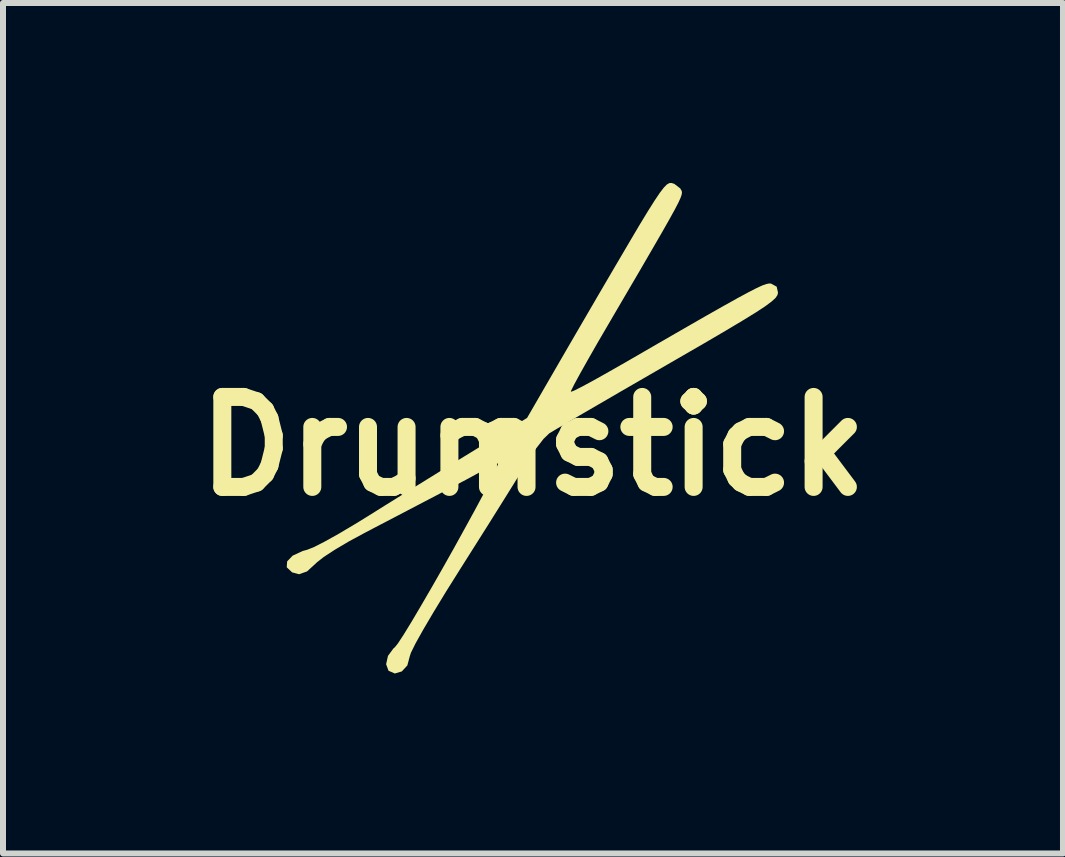
<source format=kicad_pcb>
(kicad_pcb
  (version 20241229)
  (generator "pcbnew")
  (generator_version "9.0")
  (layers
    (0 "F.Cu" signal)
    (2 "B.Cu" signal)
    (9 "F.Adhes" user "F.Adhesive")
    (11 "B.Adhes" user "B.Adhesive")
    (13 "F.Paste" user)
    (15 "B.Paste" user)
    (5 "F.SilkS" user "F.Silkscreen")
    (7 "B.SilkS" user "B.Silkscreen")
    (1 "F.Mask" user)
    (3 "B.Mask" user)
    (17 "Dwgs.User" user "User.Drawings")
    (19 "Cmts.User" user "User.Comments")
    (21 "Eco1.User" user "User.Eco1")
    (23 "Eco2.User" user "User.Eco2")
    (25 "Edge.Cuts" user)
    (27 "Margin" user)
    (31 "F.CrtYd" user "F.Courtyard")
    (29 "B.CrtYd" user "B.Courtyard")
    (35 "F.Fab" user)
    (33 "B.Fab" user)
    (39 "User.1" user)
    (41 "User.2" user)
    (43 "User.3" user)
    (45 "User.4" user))
  (footprint "Drumstick"
    (layer "F.Cu")
    (at 6.257 3.927)
    (property "Reference" "Drumstick" (at -0.422 0.462 0) (layer "F.SilkS") (effects (font (size 1.5 1.5) (thickness 0.3))))
    (attr board_only exclude_from_pos_files exclude_from_bom)
    (fp_poly (pts (xy 1.917 -3.918) (xy 1.937 -3.91) (xy 2.033 -3.836) (xy 2.057 -3.795) (xy 2.062 -3.771) (xy 2.058 -3.736) (xy 2.04 -3.682) (xy 2.003 -3.6) (xy 1.942 -3.483) (xy 1.852 -3.32) (xy 1.73 -3.105) (xy 1.569 -2.827) (xy 1.367 -2.479) (xy 1.116 -2.051) (xy 0.836 -1.572) (xy 0.652 -1.257) (xy 0.491 -0.975) (xy 0.359 -0.74) (xy 0.264 -0.565) (xy 0.214 -0.464) (xy 0.209 -0.445) (xy 0.262 -0.464) (xy 0.395 -0.531) (xy 0.593 -0.638) (xy 0.84 -0.777) (xy 1.114 -0.933) (xy 1.648 -1.242) (xy 2.094 -1.499) (xy 2.461 -1.71) (xy 2.758 -1.878) (xy 2.991 -2.008) (xy 3.171 -2.105) (xy 3.305 -2.174) (xy 3.401 -2.218) (xy 3.468 -2.242) (xy 3.515 -2.251) (xy 3.545 -2.25) (xy 3.641 -2.198) (xy 3.663 -2.098) (xy 3.654 -2.058) (xy 3.622 -2.01) (xy 3.556 -1.95) (xy 3.45 -1.871) (xy 3.293 -1.768) (xy 3.077 -1.635) (xy 2.794 -1.466) (xy 2.434 -1.255) (xy 1.989 -0.998) (xy 1.825 -0.903) (xy 1.408 -0.662) (xy 1.017 -0.436) (xy 0.663 -0.23) (xy 0.358 -0.053) (xy 0.114 0.091) (xy -0.059 0.192) (xy -0.148 0.246) (xy -0.152 0.249) (xy -0.246 0.34) (xy -0.369 0.498) (xy -0.5 0.694) (xy -0.534 0.75) (xy -0.629 0.906) (xy -0.772 1.138) (xy -0.955 1.431) (xy -1.165 1.766) (xy -1.393 2.127) (xy -1.627 2.497) (xy -1.87 2.884) (xy -2.08 3.229) (xy -2.252 3.521) (xy -2.38 3.75) (xy -2.457 3.906) (xy -2.478 3.972) (xy -2.516 4.116) (xy -2.608 4.216) (xy -2.724 4.251) (xy -2.83 4.205) (xy -2.87 4.096) (xy -2.839 3.957) (xy -2.748 3.833) (xy -2.726 3.815) (xy -2.673 3.749) (xy -2.577 3.602) (xy -2.447 3.39) (xy -2.291 3.126) (xy -2.116 2.825) (xy -1.93 2.5) (xy -1.742 2.166) (xy -1.56 1.836) (xy -1.39 1.526) (xy -1.242 1.25) (xy -1.124 1.021) (xy -1.042 0.853) (xy -1.006 0.761) (xy -1.006 0.749) (xy -1.062 0.761) (xy -1.175 0.817) (xy -1.211 0.838) (xy -1.283 0.881) (xy -1.38 0.935) (xy -1.512 1.007) (xy -1.69 1.101) (xy -1.922 1.224) (xy -2.22 1.38) (xy -2.593 1.575) (xy -3.051 1.814) (xy -3.228 1.907) (xy -3.489 2.048) (xy -3.724 2.187) (xy -3.911 2.309) (xy -4.025 2.399) (xy -4.034 2.408) (xy -4.188 2.549) (xy -4.321 2.596) (xy -4.437 2.565) (xy -4.527 2.48) (xy -4.52 2.382) (xy -4.428 2.286) (xy -4.259 2.208) (xy -4.185 2.188) (xy -4.076 2.145) (xy -3.894 2.052) (xy -3.659 1.921) (xy -3.393 1.763) (xy -3.212 1.652) (xy -2.894 1.453) (xy -2.516 1.218) (xy -2.114 0.969) (xy -1.722 0.727) (xy -1.472 0.574) (xy -0.52 -0.01) (xy -0.231 -0.51) (xy -0.069 -0.79) (xy 0.118 -1.113) (xy 0.298 -1.423) (xy 0.365 -1.538) (xy 0.683 -2.084) (xy 0.95 -2.54) (xy 1.171 -2.916) (xy 1.35 -3.219) (xy 1.494 -3.456) (xy 1.607 -3.635) (xy 1.694 -3.764) (xy 1.76 -3.85) (xy 1.81 -3.901) (xy 1.85 -3.924) (xy 1.883 -3.927)) (stroke (width 0) (type solid)) (fill yes) (layer "F.SilkS")))
  (gr_rect
    (start -3 -3)
    (end 14.671 11.178)
    (stroke (width 0.1) (type default))
    (fill no)
    (layer "Edge.Cuts")))
</source>
